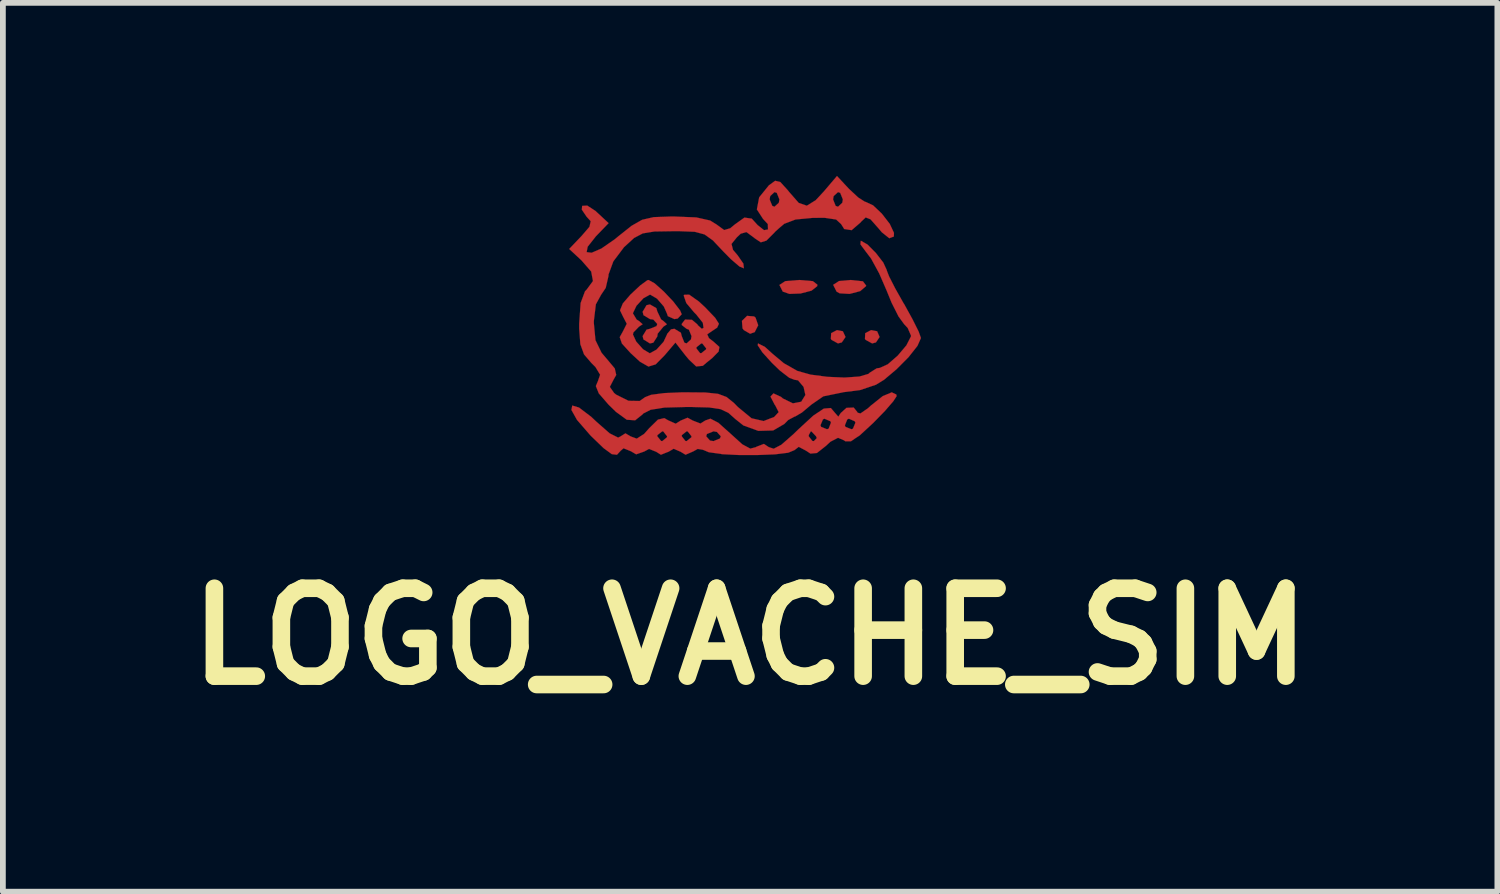
<source format=kicad_pcb>
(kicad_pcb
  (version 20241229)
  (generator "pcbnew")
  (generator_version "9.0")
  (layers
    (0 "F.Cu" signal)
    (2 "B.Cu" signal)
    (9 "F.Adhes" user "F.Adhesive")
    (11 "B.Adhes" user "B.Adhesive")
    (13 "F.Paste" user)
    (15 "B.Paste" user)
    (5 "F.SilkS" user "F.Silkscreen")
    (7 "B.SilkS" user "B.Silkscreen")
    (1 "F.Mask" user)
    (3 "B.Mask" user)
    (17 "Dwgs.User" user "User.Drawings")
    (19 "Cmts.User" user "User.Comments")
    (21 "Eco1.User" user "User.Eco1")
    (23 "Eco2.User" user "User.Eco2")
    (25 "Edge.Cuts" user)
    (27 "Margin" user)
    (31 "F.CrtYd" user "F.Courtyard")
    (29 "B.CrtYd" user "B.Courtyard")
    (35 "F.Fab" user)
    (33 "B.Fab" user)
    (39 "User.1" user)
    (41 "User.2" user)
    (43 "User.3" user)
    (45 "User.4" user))
  (footprint "LOGO_VACHE_SIM"
    (layer "F.Cu")
    (at 9.957 2.567)
    (property "Reference" "LOGO_VACHE_SIM" (at 0 5.418 0) (layer "F.SilkS") (effects (font (size 1.524 1.524) (thickness 0.305))))
    (attr through_hole)
    (fp_poly (pts (xy 1.654 0.226) (xy 1.59 0.32) (xy 1.524 0.338) (xy 1.412 0.277) (xy 1.4 0.259) (xy 1.405 0.16) (xy 1.506 0.107) (xy 1.608 0.127) (xy 1.654 0.226)) (stroke (width 0.003) (type solid)) (fill yes) (layer "F.Cu"))
    (fp_poly (pts (xy 2.245 0.226) (xy 2.182 0.32) (xy 2.116 0.338) (xy 2.004 0.277) (xy 1.991 0.259) (xy 1.996 0.16) (xy 2.098 0.107) (xy 2.202 0.127) (xy 2.245 0.226)) (stroke (width 0.003) (type solid)) (fill yes) (layer "F.Cu"))
    (fp_poly (pts (xy 0.14 0.023) (xy 0.079 0.142) (xy 0 0.17) (xy -0.109 0.107) (xy -0.132 0.076) (xy -0.142 -0.053) (xy -0.053 -0.14) (xy 0.069 -0.13) (xy 0.094 -0.109) (xy 0.14 0.023)) (stroke (width 0.003) (type solid)) (fill yes) (layer "F.Cu"))
    (fp_poly (pts (xy 1.166 -0.681) (xy 1.163 -0.655) (xy 1.064 -0.577) (xy 0.874 -0.528) (xy 0.681 -0.521) (xy 0.566 -0.561) (xy 0.508 -0.676) (xy 0.61 -0.742) (xy 0.853 -0.762) (xy 1.087 -0.742) (xy 1.166 -0.681)) (stroke (width 0.003) (type solid)) (fill yes) (layer "F.Cu"))
    (fp_poly (pts (xy 2.012 -0.665) (xy 2.009 -0.655) (xy 1.908 -0.569) (xy 1.725 -0.521) (xy 1.552 -0.531) (xy 1.499 -0.561) (xy 1.44 -0.678) (xy 1.542 -0.744) (xy 1.742 -0.762) (xy 1.956 -0.739) (xy 2.012 -0.665)) (stroke (width 0.003) (type solid)) (fill yes) (layer "F.Cu"))
    (fp_poly (pts (xy -1.443 0.005) (xy -1.504 0.048) (xy -1.603 0.168) (xy -1.61 0.218) (xy -1.679 0.325) (xy -1.737 0.338) (xy -1.849 0.269) (xy -1.864 0.211) (xy -1.796 0.099) (xy -1.737 0.084) (xy -1.623 0.038) (xy -1.61 0) (xy -1.679 -0.076) (xy -1.737 -0.084) (xy -1.849 -0.152) (xy -1.864 -0.211) (xy -1.796 -0.325) (xy -1.737 -0.338) (xy -1.626 -0.274) (xy -1.61 -0.218) (xy -1.544 -0.079) (xy -1.504 -0.051) (xy -1.443 0.005)) (stroke (width 0.003) (type solid)) (fill yes) (layer "F.Cu"))
    (fp_poly (pts (xy -0.533 0.399) (xy -0.546 0.478) (xy -0.658 0.592) (xy -0.762 0.676) (xy -0.762 0.424) (xy -0.828 0.34) (xy -0.848 0.338) (xy -0.93 0.404) (xy -0.932 0.424) (xy -0.869 0.505) (xy -0.848 0.508) (xy -0.765 0.442) (xy -0.762 0.424) (xy -0.762 0.676) (xy -0.82 0.726) (xy -0.935 0.737) (xy -1.062 0.617) (xy -1.123 0.544) (xy -1.295 0.323) (xy -1.483 0.544) (xy -1.638 0.701) (xy -1.763 0.739) (xy -1.91 0.655) (xy -2.07 0.508) (xy -2.223 0.34) (xy -2.261 0.229) (xy -2.207 0.132) (xy -2.139 -0.003) (xy -2.205 -0.13) (xy -2.256 -0.236) (xy -2.207 -0.356) (xy -2.073 -0.511) (xy -1.905 -0.668) (xy -1.783 -0.757) (xy -1.76 -0.762) (xy -1.656 -0.704) (xy -1.496 -0.561) (xy -1.333 -0.389) (xy -1.214 -0.234) (xy -1.186 -0.168) (xy -1.255 -0.094) (xy -1.313 -0.084) (xy -1.427 -0.135) (xy -1.44 -0.175) (xy -1.496 -0.302) (xy -1.615 -0.439) (xy -1.732 -0.508) (xy -1.737 -0.508) (xy -1.849 -0.447) (xy -1.971 -0.315) (xy -2.032 -0.188) (xy -2.032 -0.183) (xy -1.968 -0.076) (xy -1.928 -0.051) (xy -1.864 0.005) (xy -1.928 0.048) (xy -2.024 0.147) (xy -2.032 0.183) (xy -1.976 0.305) (xy -1.857 0.439) (xy -1.742 0.508) (xy -1.737 0.508) (xy -1.623 0.445) (xy -1.501 0.31) (xy -1.44 0.18) (xy -1.44 0.175) (xy -1.372 0.094) (xy -1.313 0.084) (xy -1.201 0.152) (xy -1.186 0.211) (xy -1.14 0.325) (xy -1.102 0.338) (xy -1.026 0.269) (xy -1.016 0.211) (xy -1.062 0.099) (xy -1.102 0.084) (xy -1.184 0.02) (xy -1.186 0) (xy -1.128 -0.076) (xy -1.008 -0.071) (xy -0.914 0.008) (xy -0.909 0.02) (xy -0.838 0.084) (xy -0.808 0.069) (xy -0.82 -0.02) (xy -0.935 -0.165) (xy -0.973 -0.203) (xy -1.107 -0.363) (xy -1.151 -0.49) (xy -1.146 -0.505) (xy -1.057 -0.508) (xy -0.889 -0.389) (xy -0.782 -0.29) (xy -0.607 -0.107) (xy -0.541 -0.003) (xy -0.572 0.064) (xy -0.632 0.104) (xy -0.744 0.18) (xy -0.714 0.246) (xy -0.635 0.307) (xy -0.533 0.399)) (stroke (width 0.003) (type solid)) (fill yes) (layer "F.Cu"))
    (fp_poly (pts (xy 2.54 1.252) (xy 2.482 1.341) (xy 2.337 1.509) (xy 2.134 1.717) (xy 1.9 1.933) (xy 1.826 1.981) (xy 1.826 1.712) (xy 1.814 1.687) (xy 1.712 1.643) (xy 1.684 1.656) (xy 1.643 1.758) (xy 1.654 1.786) (xy 1.758 1.826) (xy 1.783 1.816) (xy 1.826 1.712) (xy 1.826 1.981) (xy 1.748 2.035) (xy 1.651 2.035) (xy 1.626 2.017) (xy 1.524 1.974) (xy 1.402 2.037) (xy 1.402 1.712) (xy 1.392 1.687) (xy 1.288 1.643) (xy 1.262 1.656) (xy 1.219 1.758) (xy 1.232 1.786) (xy 1.333 1.826) (xy 1.361 1.816) (xy 1.402 1.712) (xy 1.402 2.037) (xy 1.387 2.047) (xy 1.316 2.113) (xy 1.158 2.238) (xy 1.156 2.238) (xy 1.156 1.979) (xy 1.143 1.948) (xy 1.067 1.867) (xy 1.052 1.862) (xy 1.016 1.928) (xy 1.016 1.948) (xy 1.079 2.029) (xy 1.105 2.032) (xy 1.156 1.979) (xy 1.156 2.238) (xy 1.046 2.248) (xy 0.968 2.197) (xy 0.843 2.131) (xy 0.77 2.187) (xy 0.66 2.233) (xy 0.432 2.261) (xy 0.132 2.273) (xy -0.193 2.273) (xy -0.49 2.258) (xy -0.508 2.253) (xy -0.508 1.948) (xy -0.577 1.872) (xy -0.635 1.862) (xy -0.749 1.908) (xy -0.762 1.948) (xy -0.696 2.022) (xy -0.635 2.032) (xy -0.523 1.986) (xy -0.508 1.948) (xy -0.508 2.253) (xy -0.716 2.225) (xy -0.818 2.182) (xy -0.909 2.167) (xy -0.986 2.21) (xy -1.016 2.223) (xy -1.016 1.948) (xy -1.082 1.864) (xy -1.102 1.862) (xy -1.184 1.928) (xy -1.186 1.948) (xy -1.123 2.029) (xy -1.102 2.032) (xy -1.019 1.966) (xy -1.016 1.948) (xy -1.016 2.223) (xy -1.12 2.268) (xy -1.204 2.217) (xy -1.326 2.164) (xy -1.417 2.217) (xy -1.44 2.225) (xy -1.44 1.948) (xy -1.506 1.864) (xy -1.524 1.862) (xy -1.608 1.928) (xy -1.61 1.948) (xy -1.544 2.029) (xy -1.524 2.032) (xy -1.443 1.966) (xy -1.44 1.948) (xy -1.44 2.225) (xy -1.547 2.268) (xy -1.628 2.217) (xy -1.753 2.167) (xy -1.836 2.212) (xy -1.976 2.261) (xy -2.068 2.207) (xy -2.195 2.156) (xy -2.243 2.197) (xy -2.309 2.268) (xy -2.398 2.258) (xy -2.54 2.154) (xy -2.761 1.941) (xy -2.786 1.913) (xy -3.002 1.664) (xy -3.099 1.491) (xy -3.084 1.415) (xy -2.967 1.45) (xy -2.756 1.61) (xy -2.667 1.694) (xy -2.436 1.897) (xy -2.289 1.971) (xy -2.248 1.951) (xy -2.162 1.897) (xy -2.07 1.951) (xy -1.966 1.989) (xy -1.839 1.908) (xy -1.75 1.808) (xy -1.598 1.659) (xy -1.488 1.633) (xy -1.422 1.671) (xy -1.29 1.73) (xy -1.204 1.676) (xy -1.085 1.626) (xy -0.993 1.676) (xy -0.861 1.727) (xy -0.777 1.674) (xy -0.688 1.643) (xy -0.551 1.714) (xy -0.343 1.9) (xy -0.135 2.088) (xy 0.003 2.162) (xy 0.102 2.136) (xy 0.107 2.131) (xy 0.239 2.08) (xy 0.323 2.136) (xy 0.409 2.164) (xy 0.541 2.095) (xy 0.747 1.915) (xy 0.828 1.836) (xy 1.095 1.59) (xy 1.278 1.468) (xy 1.4 1.458) (xy 1.473 1.544) (xy 1.529 1.608) (xy 1.572 1.544) (xy 1.671 1.455) (xy 1.796 1.45) (xy 1.862 1.532) (xy 1.862 1.539) (xy 1.913 1.552) (xy 2.042 1.463) (xy 2.098 1.412) (xy 2.299 1.252) (xy 2.456 1.186) (xy 2.535 1.224) (xy 2.54 1.252)) (stroke (width 0.003) (type solid)) (fill yes) (layer "F.Cu"))
    (fp_poly (pts (xy 2.962 0.244) (xy 2.901 0.381) (xy 2.746 0.577) (xy 2.537 0.787) (xy 2.322 0.968) (xy 2.182 1.054) (xy 1.908 1.146) (xy 1.613 1.184) (xy 1.608 1.186) (xy 1.27 1.255) (xy 1.064 1.397) (xy 0.897 1.537) (xy 0.78 1.605) (xy 0.767 1.608) (xy 0.66 1.666) (xy 0.592 1.735) (xy 0.399 1.847) (xy 0.142 1.854) (xy -0.117 1.76) (xy -0.254 1.651) (xy -0.376 1.542) (xy -0.511 1.478) (xy -0.711 1.448) (xy -1.021 1.44) (xy -1.107 1.44) (xy -1.486 1.45) (xy -1.725 1.488) (xy -1.854 1.554) (xy -1.864 1.567) (xy -1.994 1.671) (xy -2.139 1.661) (xy -2.327 1.524) (xy -2.454 1.4) (xy -2.624 1.204) (xy -2.675 1.077) (xy -2.639 0.991) (xy -2.601 0.881) (xy -2.682 0.747) (xy -2.753 0.676) (xy -2.88 0.528) (xy -2.944 0.351) (xy -2.964 0.081) (xy -2.964 -0.005) (xy -2.939 -0.363) (xy -2.863 -0.566) (xy -2.837 -0.592) (xy -2.725 -0.744) (xy -2.756 -0.909) (xy -2.924 -1.102) (xy -3.137 -1.3) (xy -2.921 -1.527) (xy -2.786 -1.684) (xy -2.764 -1.781) (xy -2.835 -1.859) (xy -2.918 -1.981) (xy -2.913 -2.047) (xy -2.824 -2.052) (xy -2.68 -1.958) (xy -2.659 -1.938) (xy -2.454 -1.748) (xy -2.675 -1.519) (xy -2.817 -1.339) (xy -2.835 -1.245) (xy -2.748 -1.234) (xy -2.578 -1.308) (xy -2.347 -1.468) (xy -2.289 -1.516) (xy -2.055 -1.702) (xy -1.872 -1.806) (xy -1.671 -1.852) (xy -1.384 -1.862) (xy -1.306 -1.862) (xy -0.935 -1.847) (xy -0.693 -1.793) (xy -0.579 -1.722) (xy -0.45 -1.628) (xy -0.345 -1.659) (xy -0.269 -1.722) (xy -0.099 -1.844) (xy 0.028 -1.826) (xy 0.13 -1.714) (xy 0.241 -1.626) (xy 0.31 -1.638) (xy 0.307 -1.732) (xy 0.224 -1.821) (xy 0.117 -1.986) (xy 0.157 -2.195) (xy 0.325 -2.403) (xy 0.434 -2.482) (xy 0.523 -2.461) (xy 0.648 -2.324) (xy 0.676 -2.289) (xy 0.843 -2.098) (xy 0.983 -2.05) (xy 1.138 -2.146) (xy 1.28 -2.299) (xy 1.506 -2.565) (xy 1.714 -2.342) (xy 1.875 -2.192) (xy 1.991 -2.118) (xy 2.004 -2.116) (xy 2.131 -2.057) (xy 2.283 -1.913) (xy 2.421 -1.735) (xy 2.494 -1.58) (xy 2.492 -1.516) (xy 2.413 -1.486) (xy 2.283 -1.59) (xy 2.225 -1.659) (xy 2.088 -1.814) (xy 2.004 -1.847) (xy 1.925 -1.773) (xy 1.913 -1.758) (xy 1.76 -1.626) (xy 1.631 -1.646) (xy 1.608 -1.684) (xy 1.608 -2.159) (xy 1.562 -2.273) (xy 1.524 -2.286) (xy 1.448 -2.217) (xy 1.438 -2.159) (xy 1.483 -2.047) (xy 1.524 -2.032) (xy 1.598 -2.101) (xy 1.608 -2.159) (xy 1.608 -1.684) (xy 1.577 -1.732) (xy 1.491 -1.811) (xy 1.288 -1.841) (xy 1.082 -1.839) (xy 0.787 -1.811) (xy 0.592 -1.737) (xy 0.508 -1.666) (xy 0.508 -2.159) (xy 0.462 -2.273) (xy 0.422 -2.286) (xy 0.348 -2.217) (xy 0.338 -2.159) (xy 0.384 -2.047) (xy 0.422 -2.032) (xy 0.498 -2.101) (xy 0.508 -2.159) (xy 0.508 -1.666) (xy 0.427 -1.593) (xy 0.427 -1.59) (xy 0.282 -1.445) (xy 0.185 -1.415) (xy 0.079 -1.486) (xy 0.064 -1.499) (xy -0.064 -1.593) (xy -0.163 -1.565) (xy -0.231 -1.501) (xy -0.323 -1.387) (xy -0.297 -1.285) (xy -0.216 -1.189) (xy -0.117 -1.046) (xy -0.109 -0.965) (xy -0.185 -0.996) (xy -0.335 -1.125) (xy -0.47 -1.262) (xy -0.645 -1.448) (xy -0.79 -1.552) (xy -0.96 -1.598) (xy -1.219 -1.608) (xy -1.349 -1.608) (xy -1.661 -1.603) (xy -1.862 -1.57) (xy -2.012 -1.491) (xy -2.167 -1.349) (xy -2.187 -1.331) (xy -2.372 -1.085) (xy -2.456 -0.856) (xy -2.456 -0.833) (xy -2.504 -0.625) (xy -2.583 -0.508) (xy -2.675 -0.34) (xy -2.71 -0.051) (xy -2.71 -0.015) (xy -2.682 0.282) (xy -2.576 0.5) (xy -2.487 0.605) (xy -2.347 0.772) (xy -2.322 0.884) (xy -2.372 0.973) (xy -2.433 1.092) (xy -2.36 1.196) (xy -2.322 1.227) (xy -2.108 1.333) (xy -1.915 1.336) (xy -1.821 1.27) (xy -1.717 1.229) (xy -1.488 1.199) (xy -1.181 1.186) (xy -1.113 1.186) (xy -0.775 1.189) (xy -0.556 1.212) (xy -0.409 1.267) (xy -0.282 1.369) (xy -0.213 1.44) (xy 0.025 1.636) (xy 0.234 1.684) (xy 0.417 1.613) (xy 0.495 1.529) (xy 0.437 1.415) (xy 0.427 1.402) (xy 0.353 1.26) (xy 0.404 1.204) (xy 0.536 1.265) (xy 0.569 1.293) (xy 0.742 1.377) (xy 0.886 1.349) (xy 0.958 1.232) (xy 0.927 1.092) (xy 0.831 0.978) (xy 0.77 0.968) (xy 0.681 0.935) (xy 0.516 0.808) (xy 0.376 0.673) (xy 0.213 0.493) (xy 0.132 0.371) (xy 0.137 0.338) (xy 0.254 0.396) (xy 0.389 0.518) (xy 0.584 0.681) (xy 0.82 0.815) (xy 1.049 0.879) (xy 1.339 0.917) (xy 1.638 0.93) (xy 1.895 0.912) (xy 2.052 0.866) (xy 2.073 0.846) (xy 2.195 0.77) (xy 2.25 0.762) (xy 2.388 0.699) (xy 2.56 0.549) (xy 2.71 0.371) (xy 2.789 0.216) (xy 2.789 0.201) (xy 2.733 0.071) (xy 2.67 0.003) (xy 2.573 -0.13) (xy 2.454 -0.366) (xy 2.367 -0.579) (xy 2.238 -0.876) (xy 2.098 -1.133) (xy 2.009 -1.25) (xy 1.913 -1.379) (xy 1.918 -1.44) (xy 1.925 -1.44) (xy 2.035 -1.377) (xy 2.179 -1.232) (xy 2.309 -1.064) (xy 2.37 -0.932) (xy 2.37 -0.925) (xy 2.41 -0.823) (xy 2.515 -0.617) (xy 2.662 -0.356) (xy 2.667 -0.351) (xy 2.814 -0.084) (xy 2.921 0.13) (xy 2.962 0.244)) (stroke (width 0.003) (type solid)) (fill yes) (layer "F.Cu"))
    (fp_poly (pts (xy 2.441 0.277) (xy 2.334 0.409) (xy 2.085 0.49) (xy 1.819 0.508) (xy 1.478 0.48) (xy 1.283 0.394) (xy 1.262 0.373) (xy 1.184 0.198) (xy 1.262 0.066) (xy 1.486 -0.015) (xy 1.819 -0.043) (xy 2.134 -0.028) (xy 2.319 0.025) (xy 2.398 0.099) (xy 2.441 0.277)) (stroke (width 0.003) (type solid)) (fill yes) (layer "F.Mask"))
    (fp_poly (pts (xy 2.182 -0.587) (xy 2.151 -0.465) (xy 2.007 -0.389) (xy 1.727 -0.348) (xy 1.318 -0.338) (xy 0.892 -0.351) (xy 0.592 -0.384) (xy 0.442 -0.439) (xy 0.439 -0.439) (xy 0.358 -0.602) (xy 0.338 -0.737) (xy 0.345 -0.826) (xy 0.386 -0.881) (xy 0.495 -0.914) (xy 0.701 -0.927) (xy 1.034 -0.932) (xy 1.181 -0.932) (xy 1.572 -0.927) (xy 1.829 -0.914) (xy 1.984 -0.881) (xy 2.07 -0.828) (xy 2.113 -0.77) (xy 2.182 -0.587)) (stroke (width 0.003) (type solid)) (fill yes) (layer "F.Mask"))
    (fp_poly (pts (xy -0.34 0.224) (xy -0.363 0.478) (xy -0.452 0.643) (xy -0.587 0.757) (xy -0.813 0.894) (xy -0.963 0.914) (xy -1.074 0.81) (xy -1.107 0.754) (xy -1.201 0.577) (xy -1.389 0.754) (xy -1.572 0.889) (xy -1.74 0.909) (xy -1.933 0.805) (xy -2.139 0.63) (xy -2.337 0.424) (xy -2.431 0.241) (xy -2.456 0.008) (xy -2.456 -0.028) (xy -2.431 -0.295) (xy -2.329 -0.498) (xy -2.177 -0.66) (xy -1.897 -0.869) (xy -1.654 -0.925) (xy -1.458 -0.823) (xy -1.44 -0.803) (xy -1.267 -0.716) (xy -1.166 -0.726) (xy -1.013 -0.719) (xy -0.818 -0.592) (xy -0.671 -0.457) (xy -0.47 -0.239) (xy -0.371 -0.053) (xy -0.34 0.168) (xy -0.34 0.224)) (stroke (width 0.003) (type solid)) (fill yes) (layer "F.Mask")))
  (gr_rect
    (start -3 -3)
    (end 22.914 12.411)
    (stroke (width 0.1) (type default))
    (fill no)
    (layer "Edge.Cuts")))
</source>
